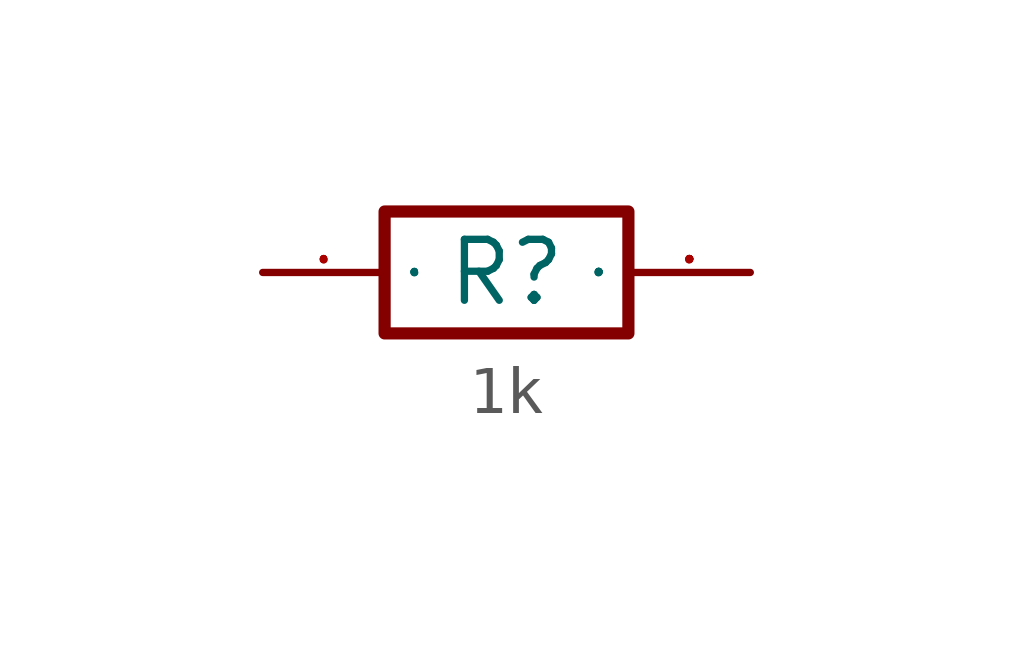
<source format=kicad_sym>
(kicad_symbol_lib
  (version 20241209)
  (generator "kicad_symbol_editor")
  (generator_version "9.0")
  (symbol "1k"
    (property "Reference" "R"
      (at 0 0 0)
      (effects (font (size 1.27 1.27))))
    (property "Value" ""
      (at 0 0 0)
      (effects (font (size 1.27 1.27))))
    (symbol "1k_1_0"
      (rectangle (start -2.54 1.27) (end 2.54 -1.27) (stroke (width 0.254) (type default)) (fill (type none)))
      (pin unspecified line (at -5.08 0 0) (length 2.54) (name "1" (effects (font (size 0.025 0.025)))) (number "1" (effects (font (size 0.025 0.025)))))
      (pin unspecified line (at 5.08 0 180) (length 2.54) (name "2" (effects (font (size 0.025 0.025)))) (number "2" (effects (font (size 0.025 0.025))))))))
</source>
